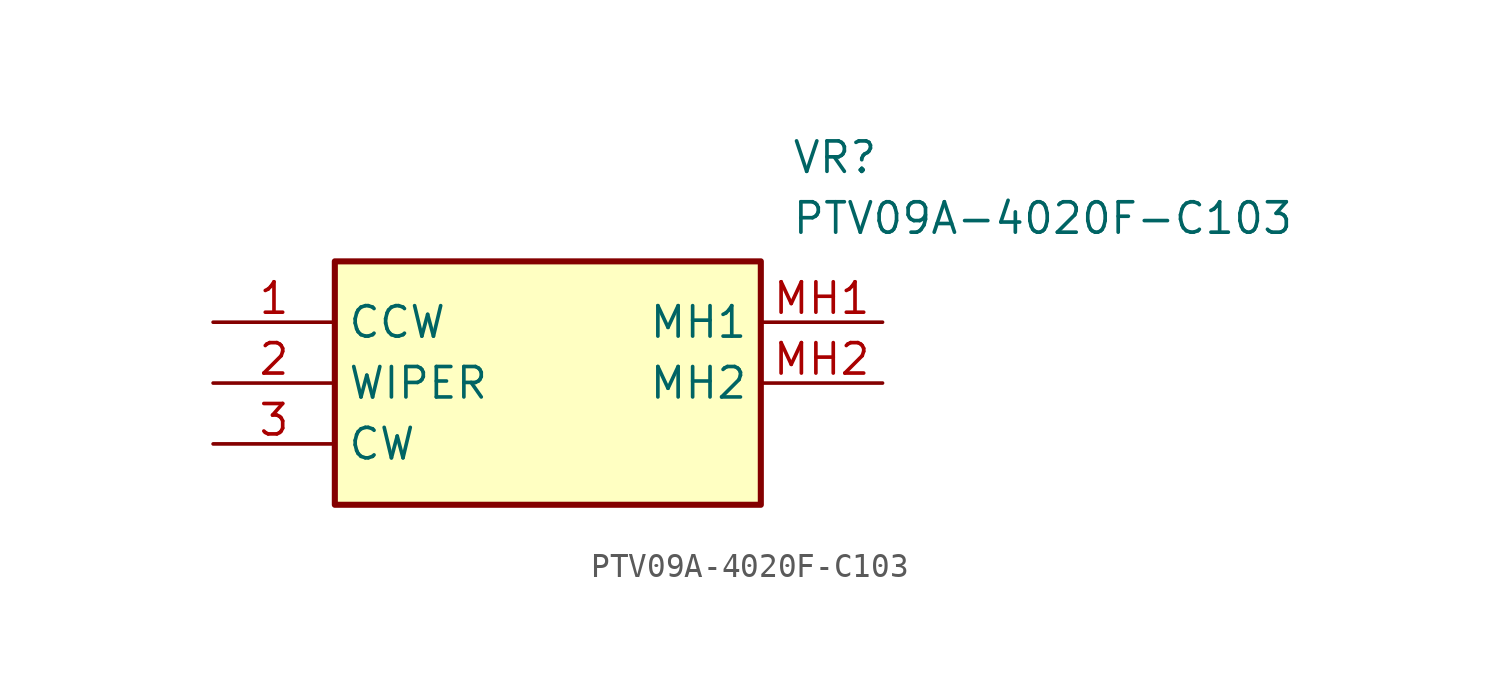
<source format=kicad_sym>
(kicad_symbol_lib
  (version 20211014)
  (generator SamacSys_ECAD_Model)
  (symbol "PTV09A-4020F-C103"
    (property "Reference" "VR"
      (at 24.13 7.62 0)
      (effects (font (size 1.27 1.27)) (justify left top)))
    (property "Value" "PTV09A-4020F-C103"
      (at 24.13 5.08 0)
      (effects (font (size 1.27 1.27)) (justify left top)))
    (rectangle
      (start 5.08 2.54)
      (end 22.86 -7.62)
      (stroke (width 0.254) (type default))
      (fill (type background)))
    (pin passive line
      (at 0 0 0)
      (length 5.08)
      (name "CCW" (effects (font (size 1.27 1.27))))
      (number "1" (effects (font (size 1.27 1.27)))))
    (pin passive line
      (at 0 -2.54 0)
      (length 5.08)
      (name "WIPER" (effects (font (size 1.27 1.27))))
      (number "2" (effects (font (size 1.27 1.27)))))
    (pin passive line
      (at 0 -5.08 0)
      (length 5.08)
      (name "CW" (effects (font (size 1.27 1.27))))
      (number "3" (effects (font (size 1.27 1.27)))))
    (pin passive line
      (at 27.94 0 180)
      (length 5.08)
      (name "MH1" (effects (font (size 1.27 1.27))))
      (number "MH1" (effects (font (size 1.27 1.27)))))
    (pin passive line
      (at 27.94 -2.54 180)
      (length 5.08)
      (name "MH2" (effects (font (size 1.27 1.27))))
      (number "MH2" (effects (font (size 1.27 1.27)))))))
</source>
